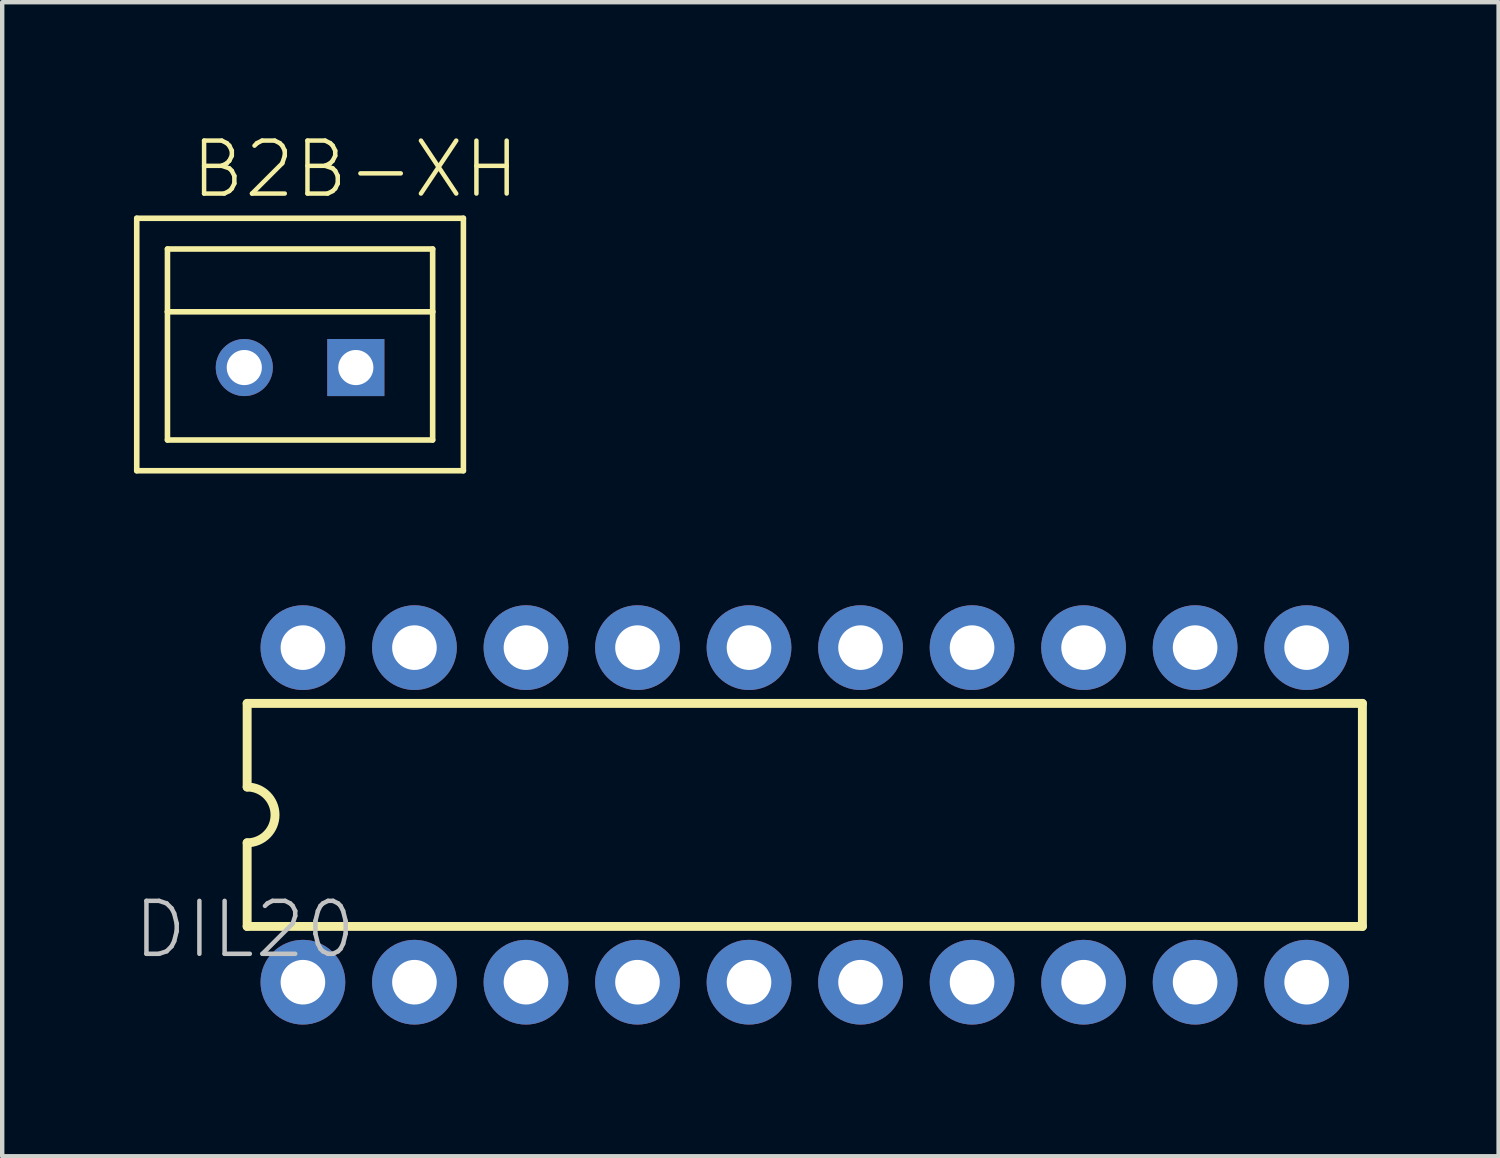
<source format=kicad_pcb>
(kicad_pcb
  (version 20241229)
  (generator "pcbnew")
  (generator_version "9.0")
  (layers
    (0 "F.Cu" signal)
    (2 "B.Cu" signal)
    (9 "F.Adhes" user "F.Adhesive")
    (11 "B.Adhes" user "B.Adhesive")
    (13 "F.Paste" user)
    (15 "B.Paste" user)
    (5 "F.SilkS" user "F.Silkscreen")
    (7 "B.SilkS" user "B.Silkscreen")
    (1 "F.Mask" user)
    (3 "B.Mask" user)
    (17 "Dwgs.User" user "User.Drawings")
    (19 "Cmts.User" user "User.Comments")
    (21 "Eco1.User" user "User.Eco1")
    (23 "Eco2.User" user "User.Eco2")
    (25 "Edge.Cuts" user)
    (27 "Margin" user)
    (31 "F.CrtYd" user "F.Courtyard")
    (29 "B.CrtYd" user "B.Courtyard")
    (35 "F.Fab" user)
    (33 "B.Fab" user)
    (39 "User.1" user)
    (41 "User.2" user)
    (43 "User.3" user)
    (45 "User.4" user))
  (footprint "B2B-XH"
    (layer "F.Cu")
    (at 2.514 5.321)
    (property "Reference" "B2B-XH" (at -1.27 -3.81 0) (layer "F.SilkS") (effects (font (size 1.206 1.206) (thickness 0.102)) (justify left bottom)))
    (attr through_hole)
    (fp_line (start -2.45 -3.4) (end 4.99 -3.4) (stroke (width 0.127) (type solid)) (layer "F.SilkS"))
    (fp_line (start -2.45 2.35) (end -2.45 -3.4) (stroke (width 0.127) (type solid)) (layer "F.SilkS"))
    (fp_line (start -1.75 -2.7) (end 4.29 -2.7) (stroke (width 0.127) (type solid)) (layer "F.SilkS"))
    (fp_line (start -1.75 -1.27) (end -1.75 -2.7) (stroke (width 0.127) (type solid)) (layer "F.SilkS"))
    (fp_line (start -1.75 -1.27) (end 4.29 -1.27) (stroke (width 0.127) (type solid)) (layer "F.SilkS"))
    (fp_line (start -1.75 1.65) (end -1.75 -1.27) (stroke (width 0.127) (type solid)) (layer "F.SilkS"))
    (fp_line (start 4.29 -2.7) (end 4.29 -1.27) (stroke (width 0.127) (type solid)) (layer "F.SilkS"))
    (fp_line (start 4.29 -1.27) (end 4.29 1.65) (stroke (width 0.127) (type solid)) (layer "F.SilkS"))
    (fp_line (start 4.29 1.65) (end -1.75 1.65) (stroke (width 0.127) (type solid)) (layer "F.SilkS"))
    (fp_line (start 4.99 -3.4) (end 4.99 2.35) (stroke (width 0.127) (type solid)) (layer "F.SilkS"))
    (fp_line (start 4.99 2.35) (end -2.45 2.35) (stroke (width 0.127) (type solid)) (layer "F.SilkS"))
    (pad "P$1" thru_hole rect (at 2.54 0) (size 1.3 1.3) (drill 0.8) (layers "*.Cu" "*.Mask"))
    (pad "P$2" thru_hole circle (at 0 0) (size 1.3 1.3) (drill 0.8) (layers "*.Cu" "*.Mask")))
  (footprint "DIL20"
    (layer "F.Cu")
    (at 15.279 15.51)
    (property "Reference" "DIL20" (at -10.16 1.905 0) (layer "Dwgs.User") (effects (font (size 1.206 1.206) (thickness 0.102)) (justify right top)))
    (attr through_hole)
    (fp_line (start -12.7 -2.54) (end -12.7 -0.635) (stroke (width 0.203) (type solid)) (layer "F.SilkS"))
    (fp_line (start -12.7 2.54) (end -12.7 0.635) (stroke (width 0.203) (type solid)) (layer "F.SilkS"))
    (fp_line (start -12.7 2.54) (end 12.7 2.54) (stroke (width 0.203) (type solid)) (layer "F.SilkS"))
    (fp_line (start 12.7 -2.54) (end -12.7 -2.54) (stroke (width 0.203) (type solid)) (layer "F.SilkS"))
    (fp_line (start 12.7 2.54) (end 12.7 -2.54) (stroke (width 0.203) (type solid)) (layer "F.SilkS"))
    (fp_arc (start -12.7 -0.635) (mid -12.065 0) (end -12.7 0.635) (stroke (width 0.2032) (type solid)) (layer "F.SilkS"))
    (pad "1" thru_hole circle (at -11.43 3.81 90) (size 1.93 1.93) (drill 1.016) (layers "*.Cu" "*.Mask"))
    (pad "2" thru_hole circle (at -8.89 3.81 90) (size 1.93 1.93) (drill 1.016) (layers "*.Cu" "*.Mask"))
    (pad "3" thru_hole circle (at -6.35 3.81 90) (size 1.93 1.93) (drill 1.016) (layers "*.Cu" "*.Mask"))
    (pad "4" thru_hole circle (at -3.81 3.81 90) (size 1.93 1.93) (drill 1.016) (layers "*.Cu" "*.Mask"))
    (pad "5" thru_hole circle (at -1.27 3.81 90) (size 1.93 1.93) (drill 1.016) (layers "*.Cu" "*.Mask"))
    (pad "6" thru_hole circle (at 1.27 3.81 90) (size 1.93 1.93) (drill 1.016) (layers "*.Cu" "*.Mask"))
    (pad "7" thru_hole circle (at 3.81 3.81 90) (size 1.93 1.93) (drill 1.016) (layers "*.Cu" "*.Mask"))
    (pad "8" thru_hole circle (at 6.35 3.81 90) (size 1.93 1.93) (drill 1.016) (layers "*.Cu" "*.Mask"))
    (pad "9" thru_hole circle (at 8.89 3.81 90) (size 1.93 1.93) (drill 1.016) (layers "*.Cu" "*.Mask"))
    (pad "10" thru_hole circle (at 11.43 3.81 90) (size 1.93 1.93) (drill 1.016) (layers "*.Cu" "*.Mask"))
    (pad "11" thru_hole circle (at 11.43 -3.81 90) (size 1.93 1.93) (drill 1.016) (layers "*.Cu" "*.Mask"))
    (pad "12" thru_hole circle (at 8.89 -3.81 90) (size 1.93 1.93) (drill 1.016) (layers "*.Cu" "*.Mask"))
    (pad "13" thru_hole circle (at 6.35 -3.81 90) (size 1.93 1.93) (drill 1.016) (layers "*.Cu" "*.Mask"))
    (pad "14" thru_hole circle (at 3.81 -3.81 90) (size 1.93 1.93) (drill 1.016) (layers "*.Cu" "*.Mask"))
    (pad "15" thru_hole circle (at 1.27 -3.81 90) (size 1.93 1.93) (drill 1.016) (layers "*.Cu" "*.Mask"))
    (pad "16" thru_hole circle (at -1.27 -3.81 90) (size 1.93 1.93) (drill 1.016) (layers "*.Cu" "*.Mask"))
    (pad "17" thru_hole circle (at -3.81 -3.81 90) (size 1.93 1.93) (drill 1.016) (layers "*.Cu" "*.Mask"))
    (pad "18" thru_hole circle (at -6.35 -3.81 90) (size 1.93 1.93) (drill 1.016) (layers "*.Cu" "*.Mask"))
    (pad "19" thru_hole circle (at -8.89 -3.81 90) (size 1.93 1.93) (drill 1.016) (layers "*.Cu" "*.Mask"))
    (pad "20" thru_hole circle (at -11.43 -3.81 90) (size 1.93 1.93) (drill 1.016) (layers "*.Cu" "*.Mask")))
  (gr_rect
    (start -3 -3)
    (end 31.081 23.285)
    (stroke (width 0.1) (type default))
    (fill no)
    (layer "Edge.Cuts")))
</source>
